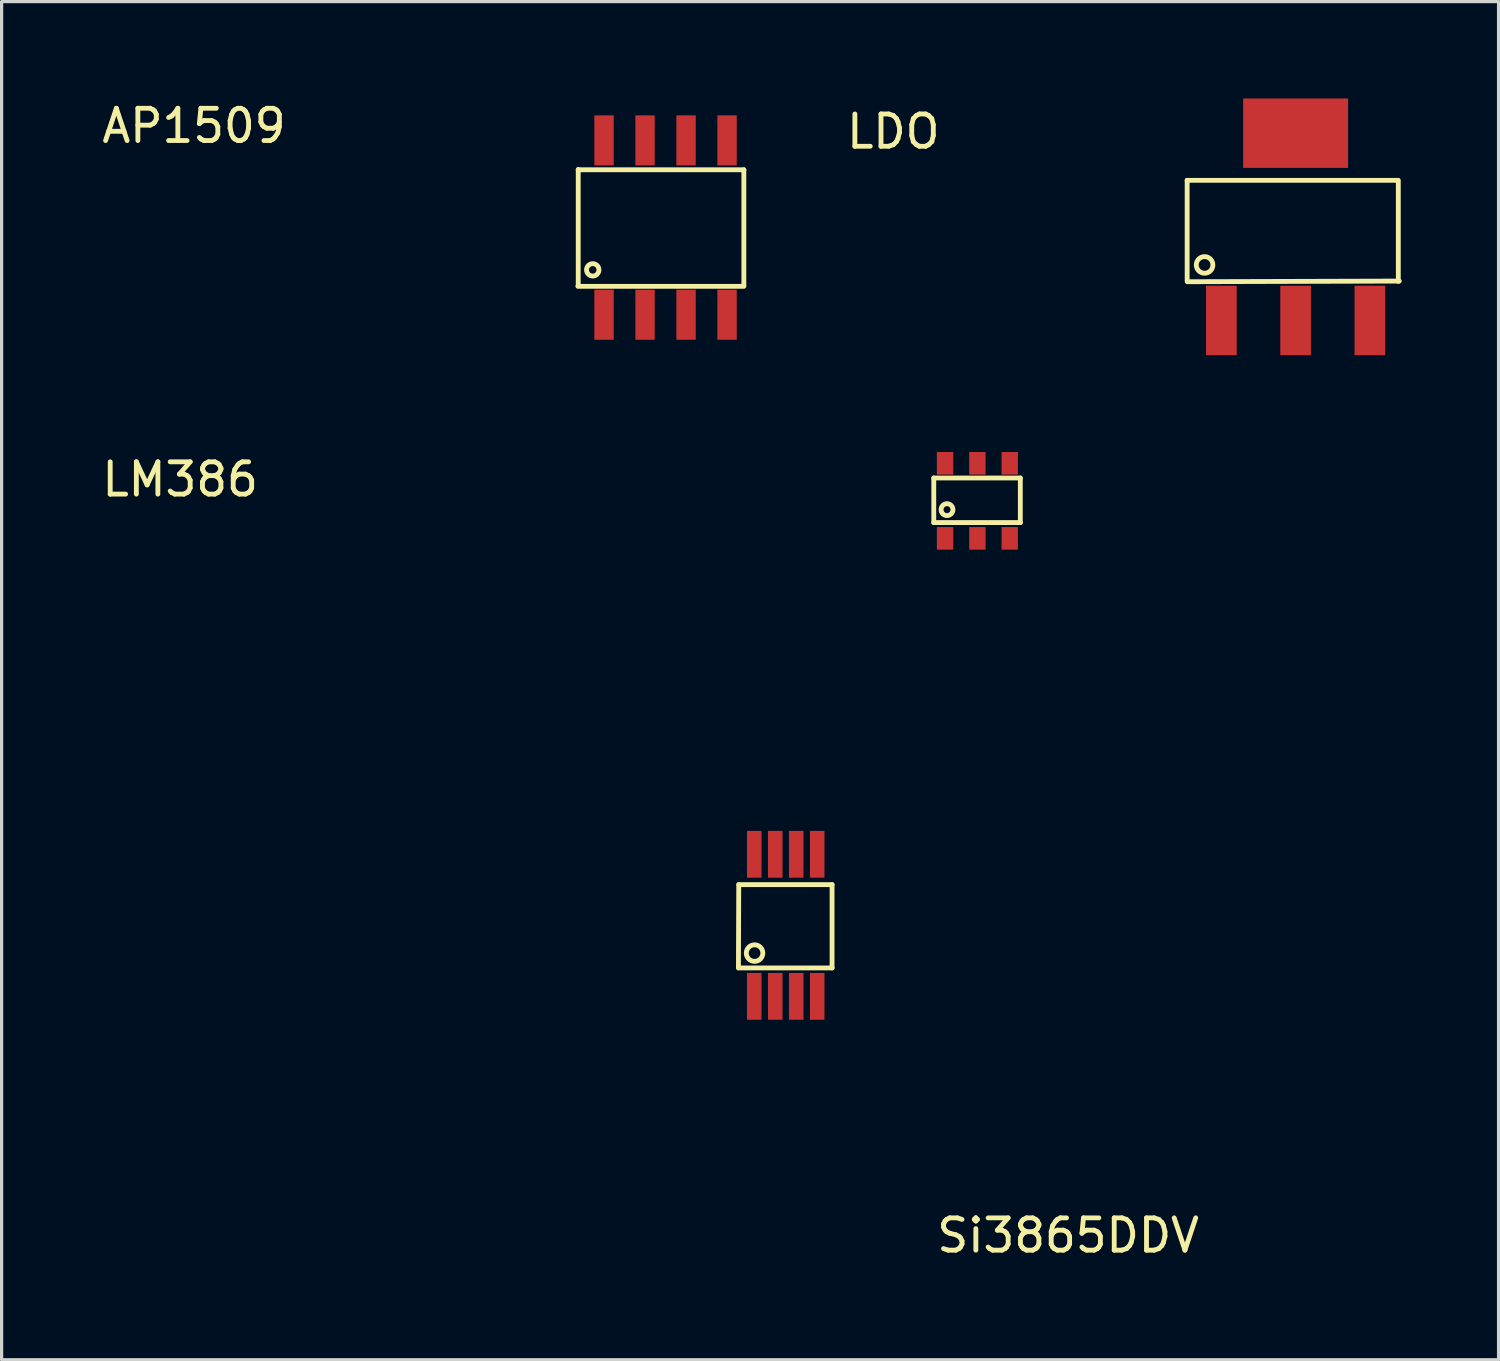
<source format=kicad_pcb>
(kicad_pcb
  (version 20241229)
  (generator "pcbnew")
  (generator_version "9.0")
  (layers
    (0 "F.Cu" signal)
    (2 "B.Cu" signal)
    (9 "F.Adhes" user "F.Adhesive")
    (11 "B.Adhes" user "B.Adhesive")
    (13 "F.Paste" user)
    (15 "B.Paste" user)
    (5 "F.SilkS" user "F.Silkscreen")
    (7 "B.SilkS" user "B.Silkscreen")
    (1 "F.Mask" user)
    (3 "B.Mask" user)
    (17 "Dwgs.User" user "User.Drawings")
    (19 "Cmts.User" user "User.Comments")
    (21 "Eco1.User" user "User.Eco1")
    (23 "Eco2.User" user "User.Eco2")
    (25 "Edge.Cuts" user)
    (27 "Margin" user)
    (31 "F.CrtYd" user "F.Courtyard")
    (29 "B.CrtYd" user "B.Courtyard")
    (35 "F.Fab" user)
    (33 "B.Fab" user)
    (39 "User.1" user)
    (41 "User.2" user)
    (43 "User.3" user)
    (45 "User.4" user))
  (footprint "LM386"
    (layer "F.Cu")
    (at 20.31 27.808)
    (property "Reference" "LM386" (at -17.78 -16.01 0) (layer "F.SilkS") (effects (font (size 1 1) (thickness 0.15))))
    (attr through_hole)
    (fp_line (start -0.49 -0.88) (end -0.48 -3.46) (stroke (width 0.15) (type solid)) (layer "F.SilkS"))
    (fp_line (start -0.48 -3.46) (end 2.41 -3.46) (stroke (width 0.15) (type solid)) (layer "F.SilkS"))
    (fp_line (start -0.48 -0.88) (end 2.41 -0.88) (stroke (width 0.15) (type solid)) (layer "F.SilkS"))
    (fp_line (start 2.41 -0.88) (end 2.41 -3.46) (stroke (width 0.15) (type solid)) (layer "F.SilkS"))
    (fp_circle (center 0.01 -1.34) (end 0.17 -1.54) (stroke (width 0.15) (type solid)) (fill no) (layer "F.SilkS"))
    (pad "1" smd rect (at 0 0) (size 0.45 1.45) (layers "F.Cu" "F.Mask" "F.Paste"))
    (pad "2" smd rect (at 0.65 0) (size 0.45 1.45) (layers "F.Cu" "F.Mask" "F.Paste"))
    (pad "3" smd rect (at 1.3 0) (size 0.45 1.45) (layers "F.Cu" "F.Mask" "F.Paste"))
    (pad "4" smd rect (at 1.95 0) (size 0.45 1.45) (layers "F.Cu" "F.Mask" "F.Paste"))
    (pad "5" smd rect (at 1.95 -4.4) (size 0.45 1.45) (layers "F.Cu" "F.Mask" "F.Paste"))
    (pad "6" smd rect (at 1.3 -4.4) (size 0.45 1.45) (layers "F.Cu" "F.Mask" "F.Paste"))
    (pad "7" smd rect (at 0.65 -4.4) (size 0.45 1.45) (layers "F.Cu" "F.Mask" "F.Paste"))
    (pad "8" smd rect (at 0 -4.4) (size 0.45 1.45) (layers "F.Cu" "F.Mask" "F.Paste")))
  (footprint "Si3865DDV"
    (layer "F.Cu")
    (at 26.22 13.624)
    (property "Reference" "Si3865DDV" (at 3.81 21.59 0) (layer "F.SilkS") (effects (font (size 1 1) (thickness 0.15))))
    (attr through_hole)
    (fp_line (start -0.35 -1.87) (end 2.33 -1.87) (stroke (width 0.15) (type solid)) (layer "F.SilkS"))
    (fp_line (start -0.35 -0.49) (end -0.35 -1.87) (stroke (width 0.15) (type solid)) (layer "F.SilkS"))
    (fp_line (start 2.33 -1.87) (end 2.33 -0.49) (stroke (width 0.15) (type solid)) (layer "F.SilkS"))
    (fp_line (start 2.33 -0.49) (end -0.35 -0.49) (stroke (width 0.15) (type solid)) (layer "F.SilkS"))
    (fp_circle (center 0.06 -0.89) (end -0.01 -0.72) (stroke (width 0.15) (type solid)) (fill no) (layer "F.SilkS"))
    (pad "1" smd rect (at 2.002 -2.325) (size 0.508 0.699) (layers "F.Cu" "F.Mask" "F.Paste"))
    (pad "2" smd rect (at 1.001 0) (size 0.508 0.699) (layers "F.Cu" "F.Mask" "F.Paste"))
    (pad "3" smd rect (at 2.002 0) (size 0.508 0.699) (layers "F.Cu" "F.Mask" "F.Paste"))
    (pad "4" smd rect (at 0 -2.325) (size 0.508 0.699) (layers "F.Cu" "F.Mask" "F.Paste"))
    (pad "5" smd rect (at 1.001 -2.325) (size 0.508 0.699) (layers "F.Cu" "F.Mask" "F.Paste"))
    (pad "6" smd rect (at 0 0) (size 0.508 0.699) (layers "F.Cu" "F.Mask" "F.Paste")))
  (footprint "AP1509"
    (layer "F.Cu")
    (at 15.658 6.698)
    (property "Reference" "AP1509" (at -12.7 -5.85 0) (layer "F.SilkS") (effects (font (size 1 1) (thickness 0.15))))
    (attr through_hole)
    (fp_line (start -0.81 -0.88) (end 4.33 -0.88) (stroke (width 0.15) (type solid)) (layer "F.SilkS"))
    (fp_line (start -0.8 -4.5) (end -0.8 -0.9) (stroke (width 0.15) (type solid)) (layer "F.SilkS"))
    (fp_line (start -0.8 -4.49) (end 4.33 -4.49) (stroke (width 0.15) (type solid)) (layer "F.SilkS"))
    (fp_line (start 4.33 -4.49) (end 4.33 -0.91) (stroke (width 0.15) (type solid)) (layer "F.SilkS"))
    (fp_circle (center -0.35 -1.39) (end -0.23 -1.54) (stroke (width 0.15) (type solid)) (fill no) (layer "F.SilkS"))
    (pad "1" smd rect (at 0 0) (size 0.6 1.55) (layers "F.Cu" "F.Mask" "F.Paste"))
    (pad "2" smd rect (at 2.54 0) (size 0.6 1.55) (layers "F.Cu" "F.Mask" "F.Paste"))
    (pad "3" smd rect (at 3.81 0) (size 0.6 1.55) (layers "F.Cu" "F.Mask" "F.Paste"))
    (pad "4" smd rect (at 1.27 0) (size 0.6 1.55) (layers "F.Cu" "F.Mask" "F.Paste"))
    (pad "5" smd rect (at 3.81 -5.4) (size 0.6 1.55) (layers "F.Cu" "F.Mask" "F.Paste"))
    (pad "6" smd rect (at 2.54 -5.4) (size 0.6 1.55) (layers "F.Cu" "F.Mask" "F.Paste"))
    (pad "7" smd rect (at 1.27 -5.4) (size 0.6 1.55) (layers "F.Cu" "F.Mask" "F.Paste"))
    (pad "8" smd rect (at 0 -5.4) (size 0.6 1.55) (layers "F.Cu" "F.Mask" "F.Paste")))
  (footprint "LDO"
    (layer "F.Cu")
    (at 34.777 6.875)
    (property "Reference" "LDO" (at -10.16 -5.85 0) (layer "F.SilkS") (effects (font (size 1 1) (thickness 0.15))))
    (attr through_hole)
    (fp_line (start -1.06 -4.34) (end 5.45 -4.34) (stroke (width 0.15) (type solid)) (layer "F.SilkS"))
    (fp_line (start -1.06 -1.21) (end -1.06 -4.34) (stroke (width 0.15) (type solid)) (layer "F.SilkS"))
    (fp_line (start -1.05 -1.2) (end 5.51 -1.22) (stroke (width 0.15) (type solid)) (layer "F.SilkS"))
    (fp_line (start 5.48 -4.34) (end 5.48 -1.21) (stroke (width 0.15) (type solid)) (layer "F.SilkS"))
    (fp_circle (center -0.52 -1.72) (end -0.46 -1.97) (stroke (width 0.15) (type solid)) (fill no) (layer "F.SilkS"))
    (pad "1" smd rect (at 4.6 0) (size 0.95 2.15) (layers "F.Cu" "F.Mask" "F.Paste"))
    (pad "2" smd rect (at 2.3 0) (size 0.95 2.15) (layers "F.Cu" "F.Mask" "F.Paste"))
    (pad "3" smd rect (at 0 0) (size 0.95 2.15) (layers "F.Cu" "F.Mask" "F.Paste"))
    (pad "4" smd rect (at 2.3 -5.8) (size 3.25 2.15) (layers "F.Cu" "F.Mask" "F.Paste")))
  (gr_rect
    (start -3 -3)
    (end 43.362 39.063)
    (stroke (width 0.1) (type default))
    (fill no)
    (layer "Edge.Cuts")))
</source>
